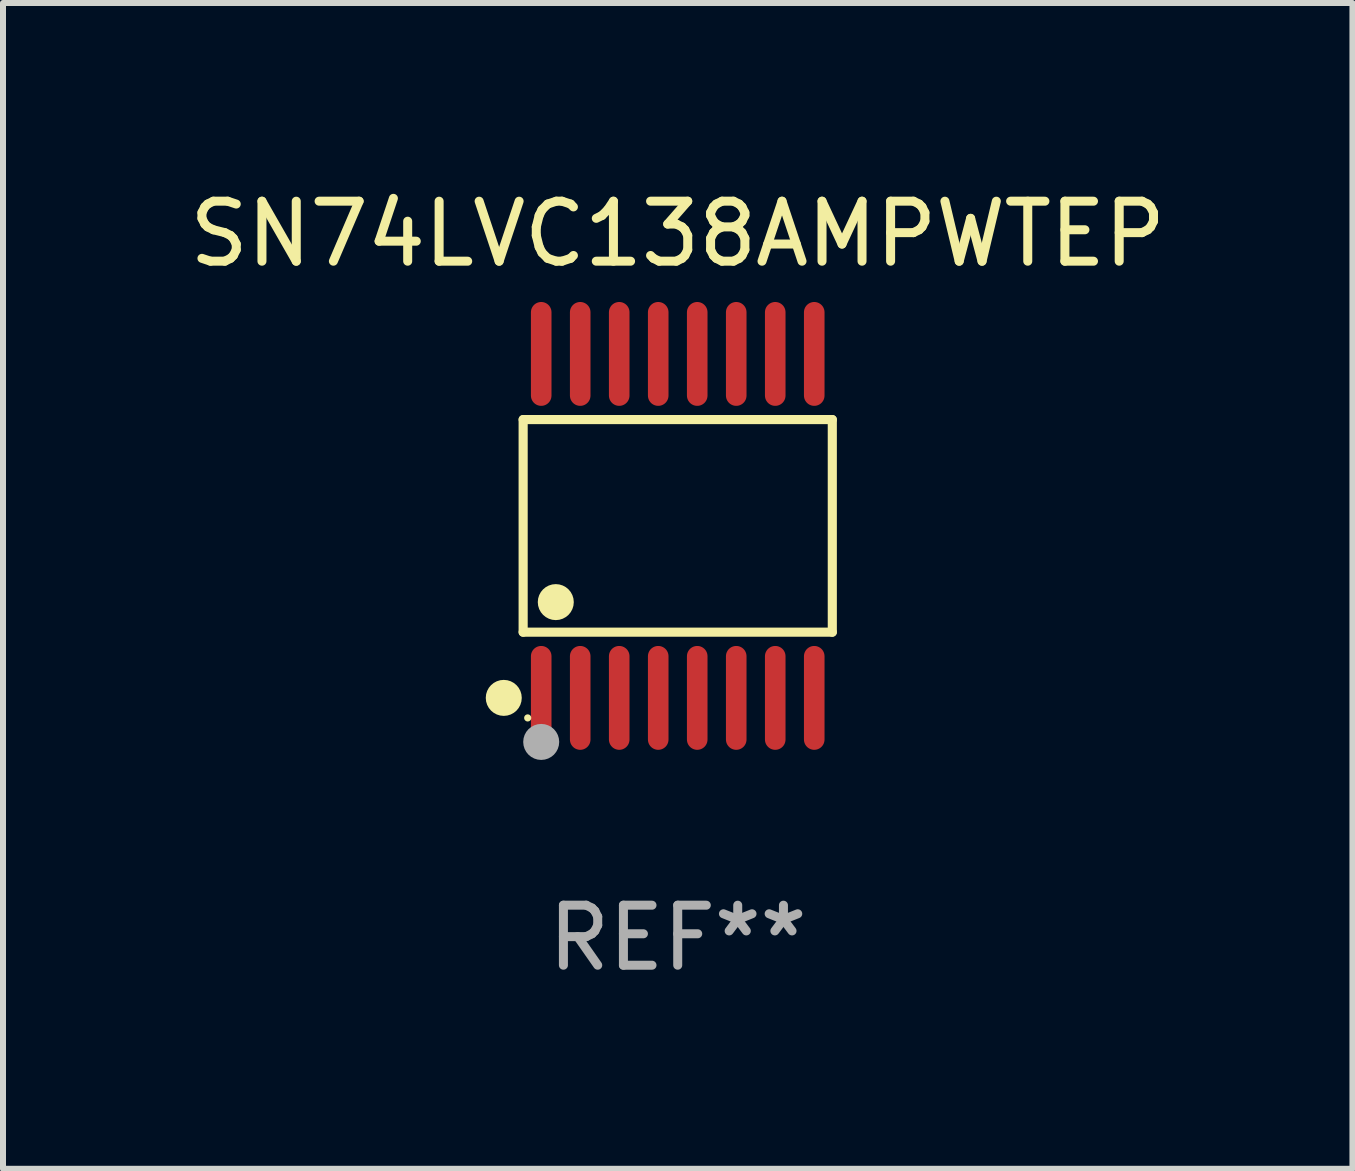
<source format=kicad_pcb>
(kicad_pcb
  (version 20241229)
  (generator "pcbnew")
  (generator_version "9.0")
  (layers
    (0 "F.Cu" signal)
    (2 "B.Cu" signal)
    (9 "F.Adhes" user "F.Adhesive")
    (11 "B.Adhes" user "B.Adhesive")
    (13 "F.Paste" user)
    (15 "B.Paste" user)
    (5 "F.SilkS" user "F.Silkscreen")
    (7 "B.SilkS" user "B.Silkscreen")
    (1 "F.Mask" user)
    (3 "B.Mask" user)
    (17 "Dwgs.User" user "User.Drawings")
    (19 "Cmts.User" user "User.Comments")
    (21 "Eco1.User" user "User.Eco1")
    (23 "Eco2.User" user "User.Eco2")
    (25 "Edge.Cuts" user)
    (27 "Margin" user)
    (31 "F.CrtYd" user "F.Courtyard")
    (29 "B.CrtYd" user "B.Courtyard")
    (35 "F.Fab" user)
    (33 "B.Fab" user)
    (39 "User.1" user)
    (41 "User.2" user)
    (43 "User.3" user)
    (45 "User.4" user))
  (footprint "SN74LVC138AMPWTEP"
    (layer "F.Cu")
    (at 8.244 5.714)
    (property "Reference" "SN74LVC138AMPWTEP" (at 0 -4.866 0) (layer "F.SilkS") (effects (font (size 1 1) (thickness 0.15))))
    (attr through_hole)
    (fp_line (start -2.576 -1.772) (end 2.576 -1.772) (stroke (width 0.152) (type solid)) (layer "F.SilkS"))
    (fp_line (start -2.576 1.771) (end -2.576 -1.772) (stroke (width 0.152) (type solid)) (layer "F.SilkS"))
    (fp_line (start 2.576 -1.772) (end 2.576 1.771) (stroke (width 0.152) (type solid)) (layer "F.SilkS"))
    (fp_line (start 2.576 1.771) (end -2.576 1.771) (stroke (width 0.152) (type solid)) (layer "F.SilkS"))
    (fp_circle (center -2.899 2.866) (end -2.749 2.866) (stroke (width 0.3) (type solid)) (fill no) (layer "F.SilkS"))
    (fp_circle (center -2.5 3.2) (end -2.47 3.2) (stroke (width 0.06) (type solid)) (fill no) (layer "F.SilkS"))
    (fp_circle (center -2.032 1.27) (end -1.882 1.27) (stroke (width 0.3) (type solid)) (fill no) (layer "F.SilkS"))
    (fp_circle (center -2.275 3.6) (end -2.125 3.6) (stroke (width 0.3) (type solid)) (fill no) (layer "F.Fab"))
    (fp_text user "REF**" (at 0 6.866 0) (layer "F.Fab") (effects (font (size 1 1) (thickness 0.15))))
    (pad "1" smd oval (at -2.275 2.866) (size 0.343 1.731) (layers "F.Cu" "F.Mask" "F.Paste"))
    (pad "2" smd oval (at -1.625 2.866) (size 0.343 1.731) (layers "F.Cu" "F.Mask" "F.Paste"))
    (pad "3" smd oval (at -0.975 2.866) (size 0.343 1.731) (layers "F.Cu" "F.Mask" "F.Paste"))
    (pad "4" smd oval (at -0.325 2.866) (size 0.343 1.731) (layers "F.Cu" "F.Mask" "F.Paste"))
    (pad "5" smd oval (at 0.325 2.866) (size 0.343 1.731) (layers "F.Cu" "F.Mask" "F.Paste"))
    (pad "6" smd oval (at 0.975 2.866) (size 0.343 1.731) (layers "F.Cu" "F.Mask" "F.Paste"))
    (pad "7" smd oval (at 1.625 2.866) (size 0.343 1.731) (layers "F.Cu" "F.Mask" "F.Paste"))
    (pad "8" smd oval (at 2.275 2.866) (size 0.343 1.731) (layers "F.Cu" "F.Mask" "F.Paste"))
    (pad "9" smd oval (at 2.275 -2.866) (size 0.343 1.731) (layers "F.Cu" "F.Mask" "F.Paste"))
    (pad "10" smd oval (at 1.625 -2.866) (size 0.343 1.731) (layers "F.Cu" "F.Mask" "F.Paste"))
    (pad "11" smd oval (at 0.975 -2.866) (size 0.343 1.731) (layers "F.Cu" "F.Mask" "F.Paste"))
    (pad "12" smd oval (at 0.325 -2.866) (size 0.343 1.731) (layers "F.Cu" "F.Mask" "F.Paste"))
    (pad "13" smd oval (at -0.325 -2.866) (size 0.343 1.731) (layers "F.Cu" "F.Mask" "F.Paste"))
    (pad "14" smd oval (at -0.975 -2.866) (size 0.343 1.731) (layers "F.Cu" "F.Mask" "F.Paste"))
    (pad "15" smd oval (at -1.625 -2.866) (size 0.343 1.731) (layers "F.Cu" "F.Mask" "F.Paste"))
    (pad "16" smd oval (at -2.275 -2.866) (size 0.343 1.731) (layers "F.Cu" "F.Mask" "F.Paste")))
  (gr_rect
    (start -3 -3)
    (end 19.488 16.428)
    (stroke (width 0.1) (type default))
    (fill no)
    (layer "Edge.Cuts")))
</source>
